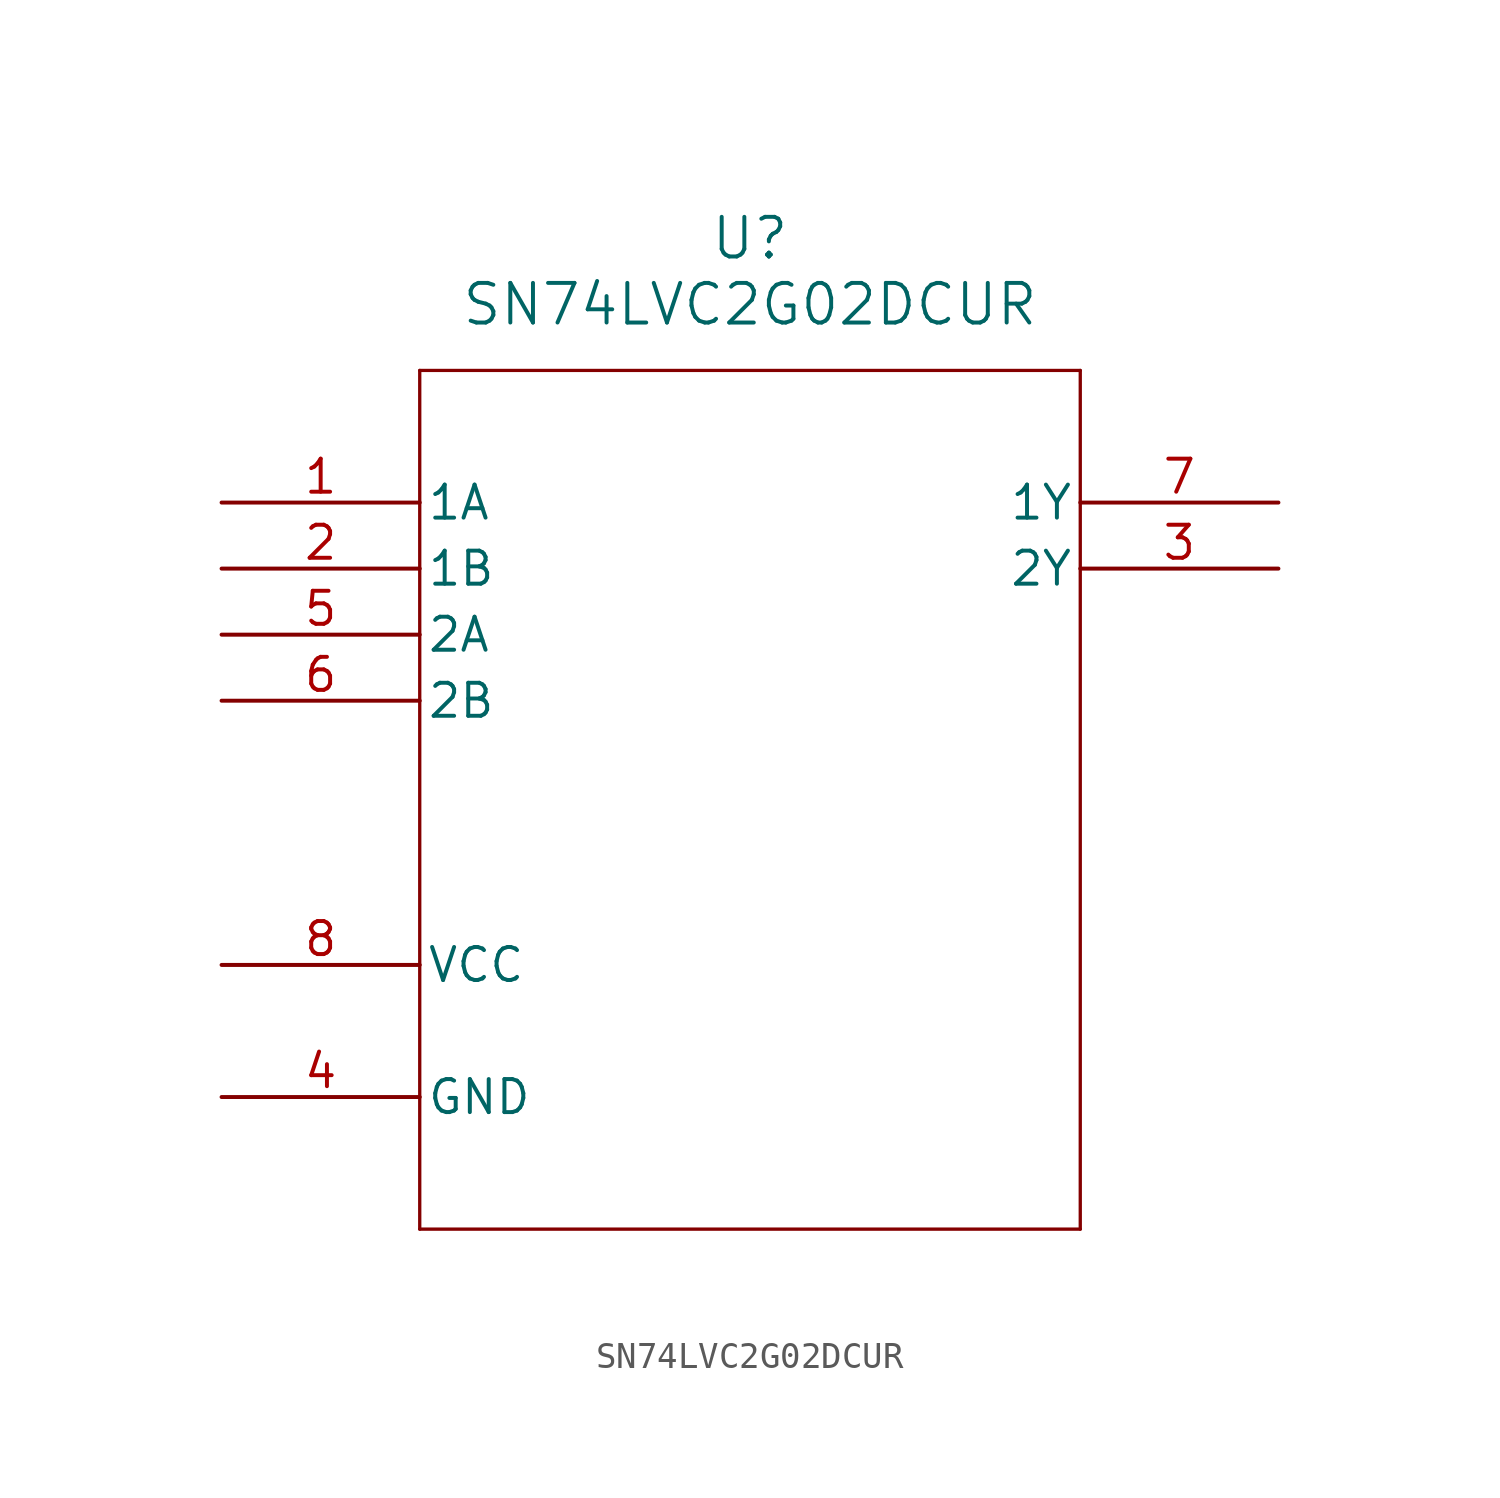
<source format=kicad_sym>
(kicad_symbol_lib
  (version 20211014)
  (generator kicad_symbol_editor)
  (symbol "SN74LVC2G02DCUR"
    (pin_names
      (offset 0.254))
    (property "Reference" "U"
      (at 20.32 10.16 0)
      (effects (font (size 1.524 1.524))))
    (property "Value" "SN74LVC2G02DCUR"
      (at 20.32 7.62 0)
      (effects (font (size 1.524 1.524))))
    (symbol "SN74LVC2G02DCUR_0_1"
      (polyline (pts (xy 7.62 5.08) (xy 7.62 -27.94)) (stroke (width 0.127) (type default) (color 0 0 0 0)) (fill (type none)))
      (polyline (pts (xy 7.62 -27.94) (xy 33.02 -27.94)) (stroke (width 0.127) (type default) (color 0 0 0 0)) (fill (type none)))
      (polyline (pts (xy 33.02 -27.94) (xy 33.02 5.08)) (stroke (width 0.127) (type default) (color 0 0 0 0)) (fill (type none)))
      (polyline (pts (xy 33.02 5.08) (xy 7.62 5.08)) (stroke (width 0.127) (type default) (color 0 0 0 0)) (fill (type none)))
      (pin input line (at 0 0 0) (length 7.62) (name "1A" (effects (font (size 1.27 1.27)))) (number "1" (effects (font (size 1.27 1.27)))))
      (pin input line (at 0 -2.54 0) (length 7.62) (name "1B" (effects (font (size 1.27 1.27)))) (number "2" (effects (font (size 1.27 1.27)))))
      (pin output line (at 40.64 -2.54 180) (length 7.62) (name "2Y" (effects (font (size 1.27 1.27)))) (number "3" (effects (font (size 1.27 1.27)))))
      (pin power_in line (at 0 -22.86 0) (length 7.62) (name "GND" (effects (font (size 1.27 1.27)))) (number "4" (effects (font (size 1.27 1.27)))))
      (pin input line (at 0 -5.08 0) (length 7.62) (name "2A" (effects (font (size 1.27 1.27)))) (number "5" (effects (font (size 1.27 1.27)))))
      (pin input line (at 0 -7.62 0) (length 7.62) (name "2B" (effects (font (size 1.27 1.27)))) (number "6" (effects (font (size 1.27 1.27)))))
      (pin output line (at 40.64 0 180) (length 7.62) (name "1Y" (effects (font (size 1.27 1.27)))) (number "7" (effects (font (size 1.27 1.27)))))
      (pin power_in line (at 0 -17.78 0) (length 7.62) (name "VCC" (effects (font (size 1.27 1.27)))) (number "8" (effects (font (size 1.27 1.27))))))))
</source>
